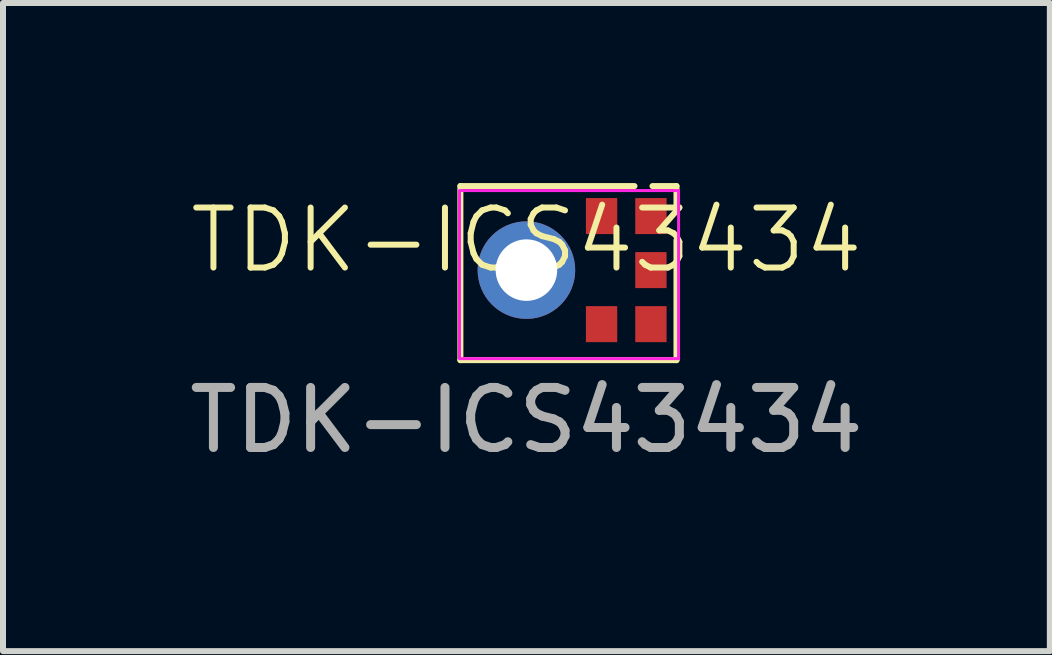
<source format=kicad_pcb>
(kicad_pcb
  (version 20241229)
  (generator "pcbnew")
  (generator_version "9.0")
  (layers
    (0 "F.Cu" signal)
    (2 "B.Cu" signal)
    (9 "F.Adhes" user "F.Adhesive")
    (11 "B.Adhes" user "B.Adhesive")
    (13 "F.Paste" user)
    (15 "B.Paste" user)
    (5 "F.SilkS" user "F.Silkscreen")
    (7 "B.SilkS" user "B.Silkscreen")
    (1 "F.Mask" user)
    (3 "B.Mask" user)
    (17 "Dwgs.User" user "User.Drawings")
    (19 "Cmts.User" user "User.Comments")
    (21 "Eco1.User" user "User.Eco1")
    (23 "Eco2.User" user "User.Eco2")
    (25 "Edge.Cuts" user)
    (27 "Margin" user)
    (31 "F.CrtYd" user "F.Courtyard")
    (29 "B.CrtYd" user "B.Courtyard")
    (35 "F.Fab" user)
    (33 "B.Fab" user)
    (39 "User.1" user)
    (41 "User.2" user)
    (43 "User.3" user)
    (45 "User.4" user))
  (footprint "TDK-ICS43434"
    (layer "F.Cu")
    (at 5.72 1.45)
    (property "Reference" "TDK-ICS43434" (at 0 -0.5 0) (unlocked yes) (layer "F.SilkS") (effects (font (size 1 1) (thickness 0.1))))
    (attr smd)
    (fp_line (start -1.1 -1.4) (end -1.1 1.5) (stroke (width 0.1) (type default)) (layer "F.SilkS"))
    (fp_line (start -1.1 -1.4) (end 1.8 -1.4) (stroke (width 0.1) (type default)) (layer "F.SilkS"))
    (fp_line (start -1.1 1.5) (end 2.5 1.5) (stroke (width 0.1) (type default)) (layer "F.SilkS"))
    (fp_line (start 2.5 -1.4) (end 2.1 -1.4) (stroke (width 0.1) (type default)) (layer "F.SilkS"))
    (fp_line (start 2.5 -1) (end 2.5 -1.4) (stroke (width 0.1) (type default)) (layer "F.SilkS"))
    (fp_line (start 2.5 1.5) (end 2.5 -0.5) (stroke (width 0.1) (type default)) (layer "F.SilkS"))
    (fp_poly (pts (arc (start -0.624639 0.090578) (mid -0.445027 0.442166) (end -0.093439 0.621778)) (arc (start -0.093439 0.801778) (mid -0.571048 0.568187) (end -0.804639 0.090578))) (stroke (width 0.01) (type solid)) (fill yes) (layer "F.Paste"))
    (fp_poly (pts (arc (start -0.093983 -0.62223) (mid -0.445571 -0.442618) (end -0.625183 -0.09103)) (arc (start -0.805183 -0.09103) (mid -0.571592 -0.568639) (end -0.093983 -0.80223))) (stroke (width 0.01) (type solid)) (fill yes) (layer "F.Paste"))
    (fp_poly (pts (arc (start 0.092379 0.621846) (mid 0.443967 0.442234) (end 0.623579 0.090646)) (arc (start 0.803579 0.090646) (mid 0.569988 0.568255) (end 0.092379 0.801846))) (stroke (width 0.01) (type solid)) (fill yes) (layer "F.Paste"))
    (fp_poly (pts (arc (start 0.619169 -0.090196) (mid 0.439557 -0.441784) (end 0.087969 -0.621396)) (arc (start 0.087969 -0.801396) (mid 0.565578 -0.567805) (end 0.799169 -0.090196))) (stroke (width 0.01) (type solid)) (fill yes) (layer "F.Paste"))
    (fp_poly (pts (arc (start 1.088 -1.2) (mid 1.017289 -1.170711) (end 0.988 -1.1)) (arc (start 0.988 -0.7) (mid 1.017289 -0.629289) (end 1.088 -0.6)) (arc (start 1.41 -0.6) (mid 1.480711 -0.629289) (end 1.51 -0.7)) (arc (start 1.51 -1.1) (mid 1.480711 -1.170711) (end 1.41 -1.2))) (stroke (width 0.01) (type solid)) (fill yes) (layer "F.Paste"))
    (fp_poly (pts (arc (start 1.088 0.6) (mid 1.017289 0.629289) (end 0.988 0.7)) (arc (start 0.988 1.1) (mid 1.017289 1.170711) (end 1.088 1.2)) (arc (start 1.41 1.2) (mid 1.480711 1.170711) (end 1.51 1.1)) (arc (start 1.51 0.7) (mid 1.480711 0.629289) (end 1.41 0.6))) (stroke (width 0.01) (type solid)) (fill yes) (layer "F.Paste"))
    (fp_poly (pts (arc (start 1.908 -1.2) (mid 1.837289 -1.170711) (end 1.808 -1.1)) (arc (start 1.808 -0.7) (mid 1.837289 -0.629289) (end 1.908 -0.6)) (arc (start 2.23 -0.6) (mid 2.300711 -0.629289) (end 2.33 -0.7)) (arc (start 2.33 -1.1) (mid 2.300711 -1.170711) (end 2.23 -1.2))) (stroke (width 0.01) (type solid)) (fill yes) (layer "F.Paste"))
    (fp_poly (pts (arc (start 1.908 0.6) (mid 1.837289 0.629289) (end 1.808 0.7)) (arc (start 1.808 1.1) (mid 1.837289 1.170711) (end 1.908 1.2)) (arc (start 2.23 1.2) (mid 2.300711 1.170711) (end 2.33 1.1)) (arc (start 2.33 0.7) (mid 2.300711 0.629289) (end 2.23 0.6))) (stroke (width 0.01) (type solid)) (fill yes) (layer "F.Paste"))
    (fp_poly (pts (arc (start 1.918 -0.3) (mid 1.847289 -0.270711) (end 1.818 -0.2)) (arc (start 1.818 0.2) (mid 1.847289 0.270711) (end 1.918 0.3)) (arc (start 2.24 0.3) (mid 2.310711 0.270711) (end 2.34 0.2)) (arc (start 2.34 -0.2) (mid 2.310711 -0.270711) (end 2.24 -0.3))) (stroke (width 0.01) (type solid)) (fill yes) (layer "F.Paste"))
    (fp_rect (start -1.115 -1.325) (end 2.535 1.475) (stroke (width 0.05) (type default)) (fill no) (layer "F.CrtYd"))
    (fp_text user "${REFERENCE}" (at 0 2.5 0) (unlocked yes) (layer "F.Fab") (effects (font (size 1 1) (thickness 0.15))))
    (pad "1" smd rect (at 2.074 -0.9 180) (size 0.522 0.6) (layers "F.Cu" "F.Mask"))
    (pad "2" smd rect (at 1.252 -0.9 180) (size 0.522 0.6) (layers "F.Cu" "F.Mask"))
    (pad "3" thru_hole circle (at 0 0) (size 1.625 1.625) (drill 1.025) (layers "*.Cu" "*.Mask"))
    (pad "4" smd rect (at 1.252 0.9 180) (size 0.522 0.6) (layers "F.Cu" "F.Mask"))
    (pad "5" smd rect (at 2.074 0.9 180) (size 0.522 0.6) (layers "F.Cu" "F.Mask"))
    (pad "6" smd rect (at 2.074 0 180) (size 0.522 0.6) (layers "F.Cu" "F.Mask")))
  (gr_rect
    (start -3 -3)
    (end 14.44 7.798)
    (stroke (width 0.1) (type default))
    (fill no)
    (layer "Edge.Cuts")))
</source>
